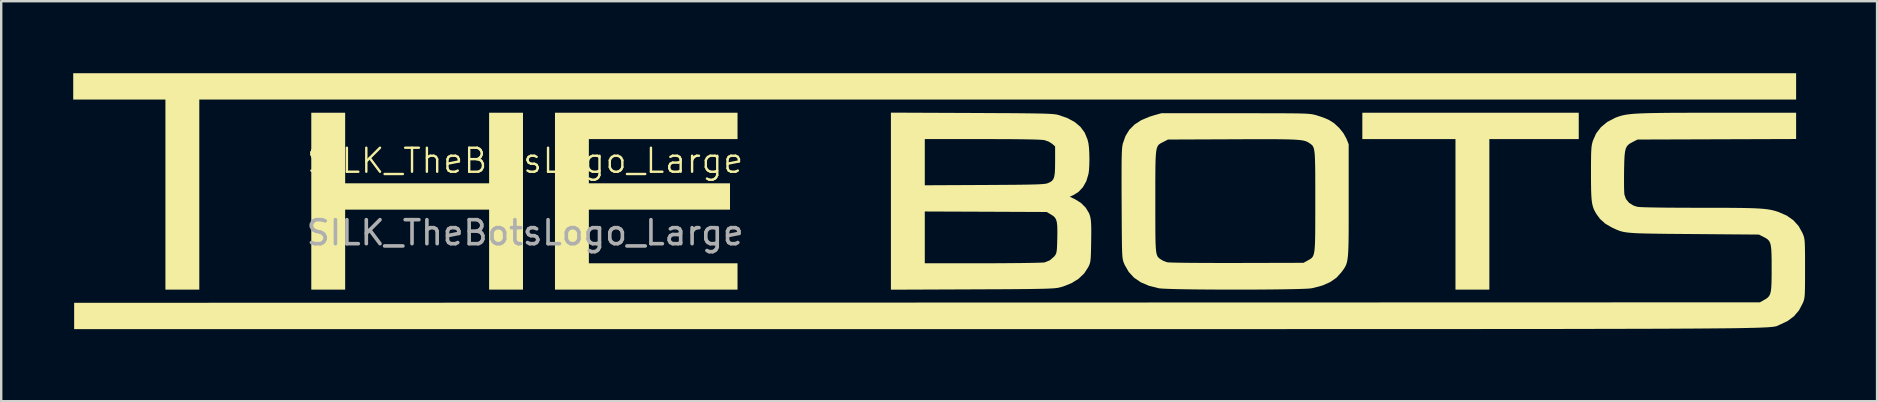
<source format=kicad_pcb>
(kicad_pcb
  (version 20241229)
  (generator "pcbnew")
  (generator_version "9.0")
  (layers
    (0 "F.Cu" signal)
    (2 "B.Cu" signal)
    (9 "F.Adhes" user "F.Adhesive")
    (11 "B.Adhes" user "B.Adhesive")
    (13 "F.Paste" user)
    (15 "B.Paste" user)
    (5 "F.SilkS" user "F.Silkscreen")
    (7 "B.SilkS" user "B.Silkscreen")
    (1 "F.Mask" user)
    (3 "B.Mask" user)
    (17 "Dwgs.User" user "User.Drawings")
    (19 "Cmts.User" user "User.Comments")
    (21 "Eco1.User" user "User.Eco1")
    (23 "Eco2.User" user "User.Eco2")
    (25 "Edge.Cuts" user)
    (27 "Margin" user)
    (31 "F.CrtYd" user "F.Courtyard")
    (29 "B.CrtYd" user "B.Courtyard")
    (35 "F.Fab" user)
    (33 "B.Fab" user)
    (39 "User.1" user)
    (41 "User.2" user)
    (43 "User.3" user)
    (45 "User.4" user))
  (footprint "SILK_TheBotsLogo_Large"
    (layer "F.Cu")
    (at 18.828 4.146)
    (property "Reference" "SILK_TheBotsLogo_Large" (at 0 -0.5 0) (unlocked yes) (layer "F.SilkS") (effects (font (size 1 1) (thickness 0.1))))
    (attr through_hole exclude_from_pos_files exclude_from_bom allow_missing_courtyard)
    (fp_poly (pts (xy 43.888 -1.951) (xy 43.888 -1.402) (xy 42.026 -1.402) (xy 40.164 -1.402) (xy 40.164 1.733) (xy 40.164 4.869) (xy 39.459 4.869) (xy 38.753 4.869) (xy 38.753 1.733) (xy 38.753 -1.402) (xy 36.813 -1.402) (xy 34.873 -1.402) (xy 34.873 -1.951) (xy 34.873 -2.5) (xy 39.38 -2.5) (xy 43.888 -2.5)) (stroke (width 0) (type solid)) (fill yes) (layer "F.SilkS"))
    (fp_poly (pts (xy 52.943 -3.598) (xy 52.943 -3.049) (xy 19.683 -3.049) (xy -13.576 -3.049) (xy -13.576 0.91) (xy -13.576 4.869) (xy -14.281 4.869) (xy -14.987 4.869) (xy -14.987 0.91) (xy -14.987 -3.049) (xy -16.907 -3.049) (xy -18.828 -3.049) (xy -18.828 -3.598) (xy -18.828 -4.146) (xy 17.057 -4.146) (xy 52.943 -4.146)) (stroke (width 0) (type solid)) (fill yes) (layer "F.SilkS"))
    (fp_poly (pts (xy -7.5 -1.03) (xy -7.5 0.44) (xy -4.501 0.44) (xy -1.503 0.44) (xy -1.503 -1.03) (xy -1.503 -2.5) (xy -0.797 -2.5) (xy -0.092 -2.5) (xy -0.092 1.185) (xy -0.092 4.869) (xy -0.797 4.869) (xy -1.503 4.869) (xy -1.503 3.203) (xy -1.503 1.537) (xy -4.501 1.537) (xy -7.5 1.537) (xy -7.5 3.203) (xy -7.5 4.869) (xy -8.206 4.869) (xy -8.911 4.869) (xy -8.911 1.185) (xy -8.911 -2.5) (xy -8.206 -2.5) (xy -7.5 -2.5)) (stroke (width 0) (type solid)) (fill yes) (layer "F.SilkS"))
    (fp_poly (pts (xy 8.845 -1.951) (xy 8.845 -1.402) (xy 5.749 -1.402) (xy 2.652 -1.402) (xy 2.652 -0.481) (xy 2.652 0.44) (xy 5.592 0.44) (xy 8.532 0.44) (xy 8.532 0.989) (xy 8.532 1.537) (xy 5.592 1.537) (xy 2.652 1.537) (xy 2.652 2.654) (xy 2.652 3.772) (xy 5.749 3.772) (xy 8.845 3.772) (xy 8.845 4.32) (xy 8.845 4.869) (xy 5.043 4.869) (xy 1.241 4.869) (xy 1.241 1.185) (xy 1.241 -2.5) (xy 5.043 -2.5) (xy 8.845 -2.5)) (stroke (width 0) (type solid)) (fill yes) (layer "F.SilkS"))
    (fp_poly (pts (xy 18.596 -2.49) (xy 19.195 -2.487) (xy 19.721 -2.484) (xy 20.179 -2.482) (xy 20.575 -2.479) (xy 20.912 -2.475) (xy 21.197 -2.471) (xy 21.434 -2.467) (xy 21.629 -2.462) (xy 21.787 -2.456) (xy 21.913 -2.449) (xy 22.012 -2.441) (xy 22.089 -2.432) (xy 22.15 -2.422) (xy 22.197 -2.411) (xy 22.574 -2.283) (xy 22.882 -2.119) (xy 23.125 -1.917) (xy 23.305 -1.675) (xy 23.424 -1.388) (xy 23.463 -1.227) (xy 23.486 -1.043) (xy 23.499 -0.811) (xy 23.504 -0.556) (xy 23.499 -0.305) (xy 23.484 -0.084) (xy 23.465 0.051) (xy 23.377 0.346) (xy 23.236 0.599) (xy 23.049 0.799) (xy 22.839 0.93) (xy 22.685 0.999) (xy 22.909 1.106) (xy 23.153 1.258) (xy 23.35 1.456) (xy 23.488 1.685) (xy 23.526 1.791) (xy 23.548 1.88) (xy 23.564 1.984) (xy 23.574 2.113) (xy 23.58 2.28) (xy 23.581 2.497) (xy 23.578 2.778) (xy 23.577 2.862) (xy 23.572 3.142) (xy 23.567 3.356) (xy 23.56 3.516) (xy 23.55 3.634) (xy 23.536 3.724) (xy 23.516 3.797) (xy 23.488 3.865) (xy 23.454 3.936) (xy 23.284 4.196) (xy 23.048 4.42) (xy 22.752 4.602) (xy 22.401 4.741) (xy 22.263 4.778) (xy 22.209 4.79) (xy 22.145 4.801) (xy 22.065 4.81) (xy 21.964 4.817) (xy 21.838 4.824) (xy 21.68 4.83) (xy 21.486 4.835) (xy 21.25 4.84) (xy 20.967 4.844) (xy 20.633 4.847) (xy 20.241 4.85) (xy 19.788 4.853) (xy 19.266 4.855) (xy 18.672 4.858) (xy 18.615 4.858) (xy 15.235 4.872) (xy 15.235 1.614) (xy 16.646 1.614) (xy 16.646 2.693) (xy 16.646 3.772) (xy 19.066 3.771) (xy 19.499 3.77) (xy 19.912 3.768) (xy 20.298 3.765) (xy 20.65 3.762) (xy 20.96 3.757) (xy 21.221 3.752) (xy 21.426 3.747) (xy 21.567 3.741) (xy 21.638 3.735) (xy 21.64 3.734) (xy 21.854 3.648) (xy 22.032 3.493) (xy 22.072 3.443) (xy 22.103 3.395) (xy 22.125 3.337) (xy 22.141 3.255) (xy 22.152 3.136) (xy 22.159 2.967) (xy 22.165 2.734) (xy 22.166 2.701) (xy 22.169 2.426) (xy 22.164 2.217) (xy 22.147 2.062) (xy 22.115 1.949) (xy 22.064 1.864) (xy 21.99 1.795) (xy 21.89 1.732) (xy 21.885 1.729) (xy 21.722 1.635) (xy 19.184 1.624) (xy 16.646 1.614) (xy 15.235 1.614) (xy 15.235 1.184) (xy 15.235 -1.402) (xy 16.646 -1.402) (xy 16.646 -0.44) (xy 16.646 0.522) (xy 19.125 0.51) (xy 19.641 0.507) (xy 20.085 0.504) (xy 20.461 0.501) (xy 20.777 0.497) (xy 21.036 0.492) (xy 21.246 0.487) (xy 21.412 0.481) (xy 21.54 0.473) (xy 21.634 0.464) (xy 21.702 0.454) (xy 21.749 0.442) (xy 21.757 0.439) (xy 21.866 0.392) (xy 21.947 0.336) (xy 22.004 0.26) (xy 22.041 0.152) (xy 22.063 0.001) (xy 22.072 -0.206) (xy 22.075 -0.468) (xy 22.075 -1.095) (xy 21.951 -1.206) (xy 21.816 -1.293) (xy 21.647 -1.354) (xy 21.626 -1.359) (xy 21.533 -1.37) (xy 21.363 -1.379) (xy 21.115 -1.387) (xy 20.79 -1.393) (xy 20.386 -1.398) (xy 19.904 -1.401) (xy 19.345 -1.402) (xy 19.035 -1.402) (xy 16.646 -1.402) (xy 15.235 -1.402) (xy 15.235 -2.504)) (stroke (width 0) (type solid)) (fill yes) (layer "F.SilkS"))
    (fp_poly (pts (xy 29.581 -2.48) (xy 30.144 -2.48) (xy 30.635 -2.479) (xy 31.059 -2.479) (xy 31.421 -2.478) (xy 31.727 -2.476) (xy 31.983 -2.474) (xy 32.194 -2.471) (xy 32.367 -2.467) (xy 32.505 -2.461) (xy 32.616 -2.455) (xy 32.705 -2.446) (xy 32.777 -2.437) (xy 32.838 -2.425) (xy 32.894 -2.412) (xy 32.949 -2.397) (xy 32.96 -2.394) (xy 33.143 -2.336) (xy 33.331 -2.266) (xy 33.482 -2.2) (xy 33.7 -2.061) (xy 33.908 -1.868) (xy 34.086 -1.646) (xy 34.211 -1.418) (xy 34.213 -1.414) (xy 34.304 -1.187) (xy 34.304 1.165) (xy 34.304 1.674) (xy 34.304 2.112) (xy 34.303 2.484) (xy 34.3 2.797) (xy 34.294 3.057) (xy 34.286 3.271) (xy 34.274 3.445) (xy 34.258 3.586) (xy 34.238 3.701) (xy 34.211 3.795) (xy 34.179 3.875) (xy 34.14 3.947) (xy 34.093 4.019) (xy 34.038 4.095) (xy 34.009 4.136) (xy 33.801 4.367) (xy 33.536 4.553) (xy 33.211 4.697) (xy 32.822 4.8) (xy 32.756 4.813) (xy 32.655 4.824) (xy 32.484 4.834) (xy 32.251 4.842) (xy 31.962 4.849) (xy 31.628 4.855) (xy 31.254 4.86) (xy 30.85 4.864) (xy 30.422 4.867) (xy 29.98 4.868) (xy 29.53 4.869) (xy 29.081 4.868) (xy 28.641 4.866) (xy 28.217 4.863) (xy 27.818 4.859) (xy 27.451 4.853) (xy 27.124 4.847) (xy 26.846 4.839) (xy 26.623 4.83) (xy 26.464 4.82) (xy 26.386 4.811) (xy 25.984 4.709) (xy 25.645 4.564) (xy 25.366 4.374) (xy 25.144 4.135) (xy 24.976 3.845) (xy 24.947 3.778) (xy 24.928 3.73) (xy 24.912 3.683) (xy 24.899 3.63) (xy 24.887 3.565) (xy 24.878 3.481) (xy 24.871 3.372) (xy 24.865 3.231) (xy 24.86 3.051) (xy 24.857 2.827) (xy 24.854 2.551) (xy 24.851 2.217) (xy 24.849 1.818) (xy 24.847 1.348) (xy 24.846 1.289) (xy 24.844 0.8) (xy 24.844 0.754) (xy 26.249 0.754) (xy 26.249 1.196) (xy 26.249 1.672) (xy 26.25 2.076) (xy 26.251 2.414) (xy 26.254 2.694) (xy 26.259 2.92) (xy 26.268 3.1) (xy 26.279 3.24) (xy 26.295 3.346) (xy 26.316 3.425) (xy 26.341 3.483) (xy 26.373 3.526) (xy 26.411 3.562) (xy 26.456 3.595) (xy 26.48 3.611) (xy 26.598 3.677) (xy 26.734 3.726) (xy 26.745 3.729) (xy 26.81 3.735) (xy 26.948 3.741) (xy 27.153 3.746) (xy 27.417 3.75) (xy 27.736 3.754) (xy 28.104 3.756) (xy 28.514 3.758) (xy 28.96 3.759) (xy 29.437 3.759) (xy 29.659 3.759) (xy 32.423 3.752) (xy 32.599 3.654) (xy 32.665 3.618) (xy 32.721 3.584) (xy 32.768 3.546) (xy 32.806 3.498) (xy 32.837 3.433) (xy 32.861 3.346) (xy 32.88 3.229) (xy 32.893 3.076) (xy 32.902 2.882) (xy 32.908 2.639) (xy 32.911 2.341) (xy 32.912 1.983) (xy 32.913 1.557) (xy 32.913 1.19) (xy 32.913 0.714) (xy 32.912 0.309) (xy 32.911 -0.03) (xy 32.907 -0.31) (xy 32.901 -0.538) (xy 32.893 -0.718) (xy 32.88 -0.859) (xy 32.863 -0.966) (xy 32.841 -1.045) (xy 32.814 -1.104) (xy 32.78 -1.148) (xy 32.739 -1.184) (xy 32.691 -1.218) (xy 32.667 -1.234) (xy 32.617 -1.266) (xy 32.564 -1.294) (xy 32.502 -1.318) (xy 32.426 -1.338) (xy 32.329 -1.355) (xy 32.207 -1.368) (xy 32.054 -1.379) (xy 31.863 -1.387) (xy 31.63 -1.392) (xy 31.348 -1.396) (xy 31.012 -1.397) (xy 30.616 -1.398) (xy 30.155 -1.397) (xy 29.623 -1.395) (xy 29.461 -1.394) (xy 26.776 -1.383) (xy 26.586 -1.285) (xy 26.515 -1.249) (xy 26.456 -1.217) (xy 26.405 -1.18) (xy 26.364 -1.135) (xy 26.331 -1.073) (xy 26.304 -0.989) (xy 26.285 -0.876) (xy 26.27 -0.728) (xy 26.26 -0.539) (xy 26.254 -0.303) (xy 26.251 -0.013) (xy 26.249 0.337) (xy 26.249 0.754) (xy 24.844 0.754) (xy 24.843 0.382) (xy 24.843 0.029) (xy 24.844 -0.264) (xy 24.846 -0.505) (xy 24.85 -0.7) (xy 24.855 -0.855) (xy 24.862 -0.977) (xy 24.871 -1.073) (xy 24.882 -1.149) (xy 24.895 -1.21) (xy 24.897 -1.218) (xy 25.006 -1.528) (xy 25.167 -1.79) (xy 25.384 -2.009) (xy 25.662 -2.189) (xy 26.006 -2.334) (xy 26.19 -2.391) (xy 26.504 -2.48)) (stroke (width 0) (type solid)) (fill yes) (layer "F.SilkS"))
    (fp_poly (pts (xy 52.943 -1.952) (xy 52.943 -1.405) (xy 49.64 -1.394) (xy 46.338 -1.383) (xy 46.142 -1.285) (xy 46.036 -1.227) (xy 45.953 -1.168) (xy 45.891 -1.097) (xy 45.846 -1.002) (xy 45.816 -0.875) (xy 45.796 -0.704) (xy 45.785 -0.478) (xy 45.778 -0.188) (xy 45.776 -0.089) (xy 45.774 0.169) (xy 45.774 0.412) (xy 45.776 0.624) (xy 45.781 0.791) (xy 45.788 0.898) (xy 45.79 0.91) (xy 45.855 1.095) (xy 45.984 1.251) (xy 46.164 1.365) (xy 46.318 1.416) (xy 46.41 1.427) (xy 46.58 1.436) (xy 46.827 1.443) (xy 47.152 1.449) (xy 47.553 1.454) (xy 48.031 1.457) (xy 48.586 1.459) (xy 48.924 1.459) (xy 49.465 1.459) (xy 49.935 1.46) (xy 50.339 1.463) (xy 50.684 1.467) (xy 50.976 1.473) (xy 51.223 1.481) (xy 51.429 1.492) (xy 51.603 1.506) (xy 51.75 1.523) (xy 51.877 1.544) (xy 51.99 1.569) (xy 52.096 1.598) (xy 52.201 1.632) (xy 52.215 1.637) (xy 52.553 1.785) (xy 52.828 1.978) (xy 53.046 2.22) (xy 53.21 2.514) (xy 53.227 2.555) (xy 53.252 2.619) (xy 53.271 2.682) (xy 53.286 2.753) (xy 53.298 2.843) (xy 53.305 2.96) (xy 53.31 3.115) (xy 53.313 3.316) (xy 53.315 3.575) (xy 53.315 3.9) (xy 53.315 3.987) (xy 53.315 4.329) (xy 53.314 4.602) (xy 53.311 4.816) (xy 53.307 4.981) (xy 53.3 5.106) (xy 53.29 5.202) (xy 53.275 5.277) (xy 53.257 5.341) (xy 53.233 5.404) (xy 53.225 5.424) (xy 53.065 5.729) (xy 52.852 5.98) (xy 52.582 6.18) (xy 52.28 6.323) (xy 52.254 6.334) (xy 52.232 6.344) (xy 52.212 6.354) (xy 52.193 6.363) (xy 52.174 6.373) (xy 52.152 6.381) (xy 52.128 6.39) (xy 52.098 6.398) (xy 52.061 6.405) (xy 52.017 6.413) (xy 51.962 6.42) (xy 51.897 6.426) (xy 51.819 6.433) (xy 51.727 6.439) (xy 51.619 6.444) (xy 51.494 6.45) (xy 51.351 6.455) (xy 51.187 6.46) (xy 51.001 6.464) (xy 50.793 6.469) (xy 50.559 6.473) (xy 50.299 6.477) (xy 50.011 6.48) (xy 49.694 6.483) (xy 49.346 6.486) (xy 48.966 6.489) (xy 48.552 6.492) (xy 48.102 6.494) (xy 47.616 6.497) (xy 47.091 6.499) (xy 46.526 6.501) (xy 45.92 6.502) (xy 45.271 6.504) (xy 44.577 6.505) (xy 43.837 6.507) (xy 43.05 6.508) (xy 42.214 6.509) (xy 41.327 6.51) (xy 40.388 6.51) (xy 39.395 6.511) (xy 38.347 6.512) (xy 37.243 6.512) (xy 36.081 6.513) (xy 34.858 6.513) (xy 33.575 6.513) (xy 32.229 6.513) (xy 30.819 6.514) (xy 29.343 6.514) (xy 27.8 6.514) (xy 26.188 6.514) (xy 24.505 6.514) (xy 22.751 6.514) (xy 20.924 6.514) (xy 19.021 6.514) (xy 17.043 6.514) (xy 16.342 6.514) (xy -18.789 6.515) (xy -18.789 5.967) (xy -18.789 5.418) (xy 16.322 5.408) (xy 51.433 5.398) (xy 51.61 5.3) (xy 51.701 5.246) (xy 51.772 5.191) (xy 51.826 5.124) (xy 51.866 5.036) (xy 51.893 4.918) (xy 51.91 4.759) (xy 51.919 4.549) (xy 51.923 4.279) (xy 51.923 3.987) (xy 51.923 3.656) (xy 51.918 3.395) (xy 51.908 3.192) (xy 51.89 3.039) (xy 51.861 2.925) (xy 51.818 2.842) (xy 51.76 2.778) (xy 51.683 2.725) (xy 51.588 2.674) (xy 51.394 2.576) (xy 48.69 2.554) (xy 48.146 2.55) (xy 47.675 2.546) (xy 47.27 2.541) (xy 46.925 2.536) (xy 46.633 2.53) (xy 46.389 2.523) (xy 46.186 2.513) (xy 46.018 2.5) (xy 45.879 2.485) (xy 45.763 2.466) (xy 45.663 2.443) (xy 45.574 2.415) (xy 45.489 2.382) (xy 45.402 2.344) (xy 45.307 2.3) (xy 45.278 2.286) (xy 44.999 2.126) (xy 44.779 1.929) (xy 44.64 1.742) (xy 44.573 1.632) (xy 44.52 1.527) (xy 44.479 1.415) (xy 44.448 1.287) (xy 44.426 1.133) (xy 44.412 0.942) (xy 44.403 0.704) (xy 44.399 0.409) (xy 44.398 0.046) (xy 44.398 0.025) (xy 44.398 -0.305) (xy 44.4 -0.568) (xy 44.403 -0.773) (xy 44.41 -0.933) (xy 44.419 -1.056) (xy 44.432 -1.154) (xy 44.45 -1.238) (xy 44.473 -1.318) (xy 44.476 -1.33) (xy 44.612 -1.636) (xy 44.813 -1.898) (xy 45.076 -2.116) (xy 45.399 -2.285) (xy 45.454 -2.307) (xy 45.544 -2.34) (xy 45.634 -2.368) (xy 45.729 -2.393) (xy 45.836 -2.415) (xy 45.96 -2.433) (xy 46.105 -2.449) (xy 46.277 -2.462) (xy 46.482 -2.472) (xy 46.725 -2.481) (xy 47.011 -2.487) (xy 47.345 -2.492) (xy 47.733 -2.496) (xy 48.18 -2.498) (xy 48.692 -2.499) (xy 49.273 -2.5) (xy 49.679 -2.5) (xy 52.943 -2.5)) (stroke (width 0) (type solid)) (fill yes) (layer "F.SilkS"))
    (fp_text user "${REFERENCE}" (at 0 2.5 0) (unlocked yes) (layer "F.Fab") (effects (font (size 1 1) (thickness 0.15)))))
  (gr_rect
    (start -3 -3)
    (end 75.143 13.662)
    (stroke (width 0.1) (type default))
    (fill no)
    (layer "Edge.Cuts")))
</source>
